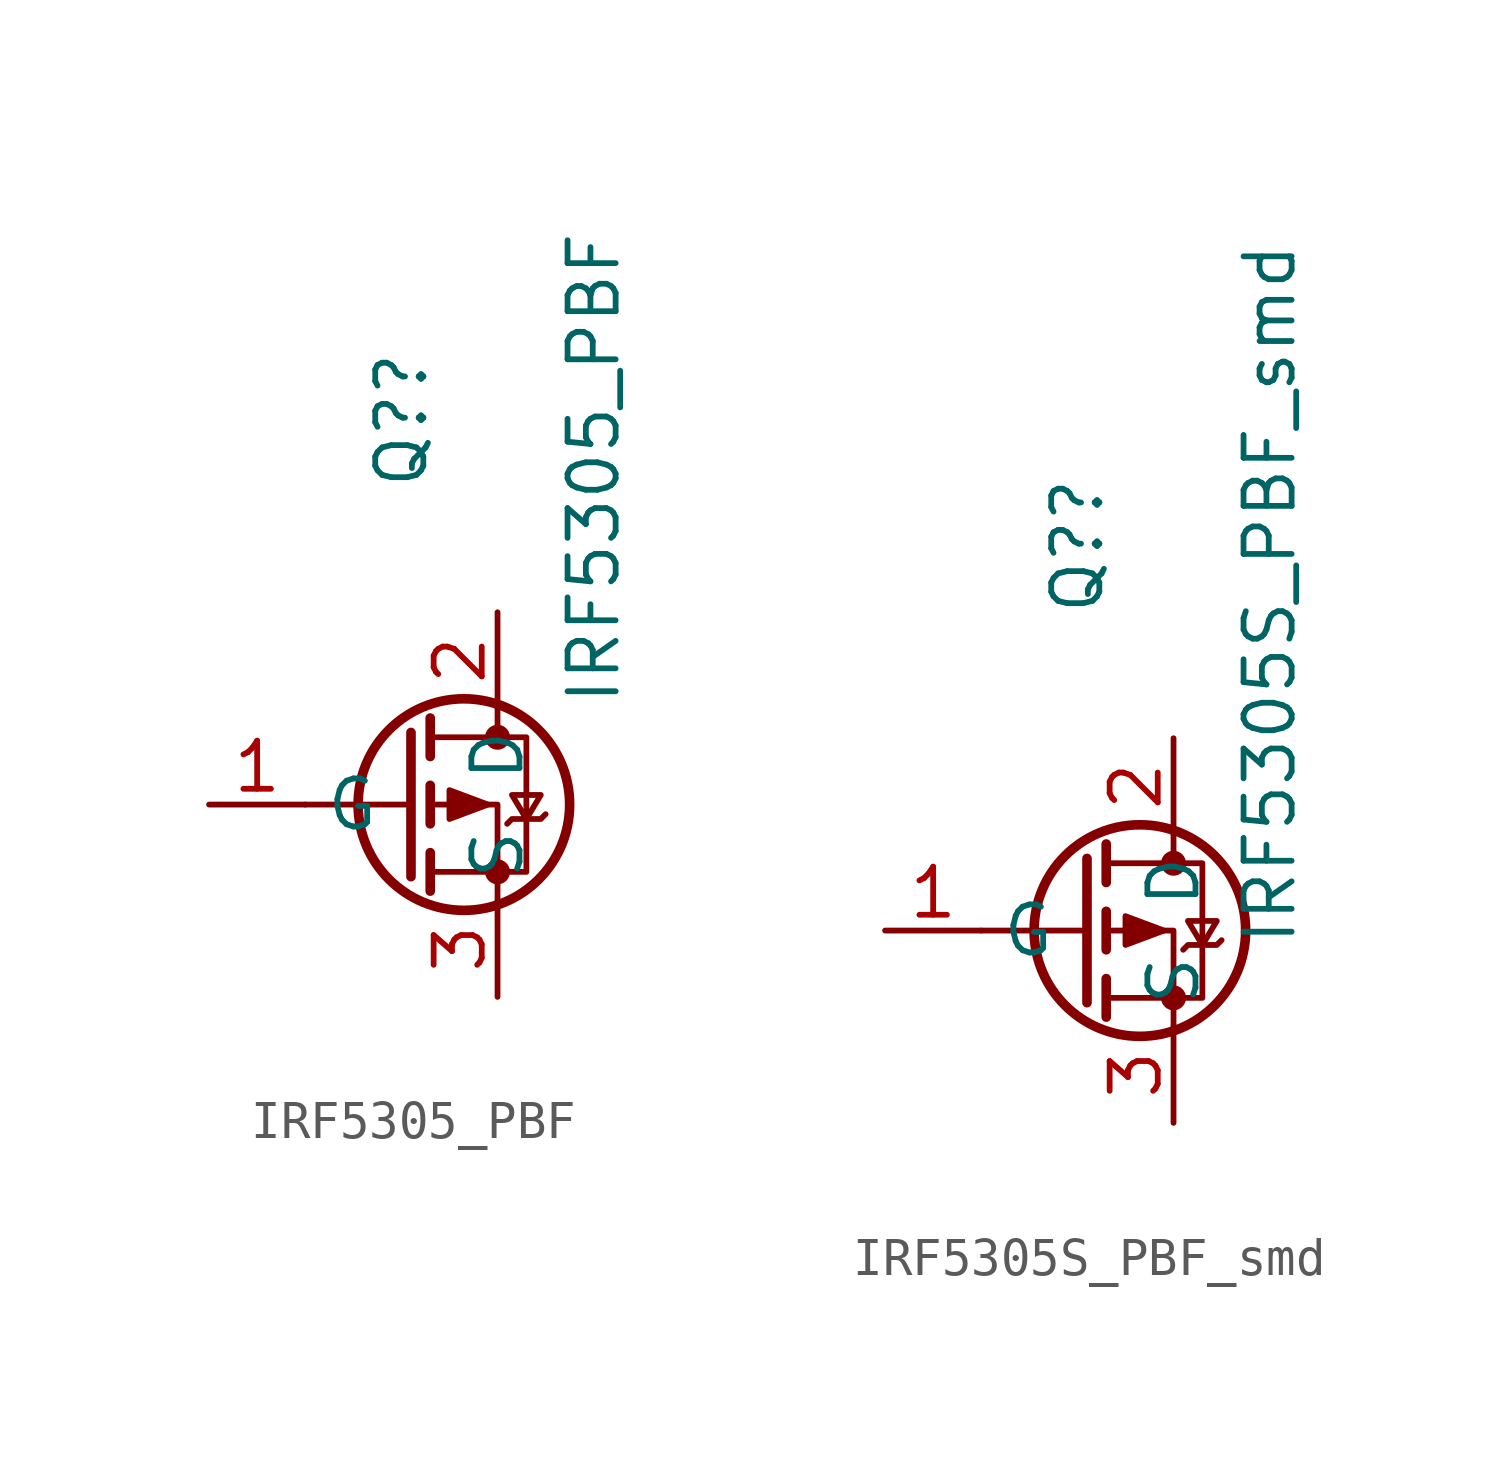
<source format=kicad_sym>
(kicad_symbol_lib
  (version 20220914)
  (generator kicad_symbol_editor)
  (symbol "IRF5305_PBF"
    (property "Reference" "Q?"
      (at 0 10.16 90)
      (effects (font (size 1.27 1.27))))
    (property "Value" "IRF5305_PBF"
      (at 5.08 8.89 90)
      (effects (font (size 1.27 1.27))))
    (symbol "IRF5305_PBF_0_1"
      (polyline (pts (xy 0.254 0) (xy -2.54 0)) (stroke (width 0) (type default)) (fill (type none)))
      (polyline (pts (xy 0.254 1.905) (xy 0.254 -1.905)) (stroke (width 0.254) (type default)) (fill (type none)))
      (polyline (pts (xy 0.762 -1.27) (xy 0.762 -2.286)) (stroke (width 0.254) (type default)) (fill (type none)))
      (polyline (pts (xy 0.762 0.508) (xy 0.762 -0.508)) (stroke (width 0.254) (type default)) (fill (type none)))
      (polyline (pts (xy 0.762 2.286) (xy 0.762 1.27)) (stroke (width 0.254) (type default)) (fill (type none)))
      (polyline (pts (xy 2.54 2.54) (xy 2.54 1.778)) (stroke (width 0) (type default)) (fill (type none)))
      (polyline (pts (xy 2.54 -2.54) (xy 2.54 0) (xy 0.762 0)) (stroke (width 0) (type default)) (fill (type none)))
      (polyline (pts (xy 0.762 1.778) (xy 3.302 1.778) (xy 3.302 -1.778) (xy 0.762 -1.778)) (stroke (width 0) (type default)) (fill (type none)))
      (polyline (pts (xy 2.286 0) (xy 1.27 0.381) (xy 1.27 -0.381) (xy 2.286 0)) (stroke (width 0) (type default)) (fill (type outline)))
      (polyline (pts (xy 2.794 -0.508) (xy 2.921 -0.381) (xy 3.683 -0.381) (xy 3.81 -0.254)) (stroke (width 0) (type default)) (fill (type none)))
      (polyline (pts (xy 3.302 -0.381) (xy 2.921 0.254) (xy 3.683 0.254) (xy 3.302 -0.381)) (stroke (width 0) (type default)) (fill (type none)))
      (circle (center 1.651 0) (radius 2.794) (stroke (width 0.254) (type default)) (fill (type none)))
      (circle (center 2.54 -1.778) (radius 0.254) (stroke (width 0) (type default)) (fill (type outline)))
      (circle (center 2.54 1.778) (radius 0.254) (stroke (width 0) (type default)) (fill (type outline))))
    (symbol "IRF5305_PBF_1_1"
      (pin input line (at -5.08 0 0) (length 2.54) (name "G" (effects (font (size 1.27 1.27)))) (number "1" (effects (font (size 1.27 1.27)))))
      (pin passive line (at 2.54 5.08 270) (length 2.54) (name "D" (effects (font (size 1.27 1.27)))) (number "2" (effects (font (size 1.27 1.27)))))
      (pin passive line (at 2.54 -5.08 90) (length 2.54) (name "S" (effects (font (size 1.27 1.27)))) (number "3" (effects (font (size 1.27 1.27)))))))
  (symbol "IRF5305S_PBF_smd"
    (property "Reference" "Q?"
      (at 0 10.16 90)
      (effects (font (size 1.27 1.27))))
    (property "Value" "IRF5305S_PBF_smd"
      (at 5.08 8.89 90)
      (effects (font (size 1.27 1.27))))
    (symbol "IRF5305S_PBF_smd_0_1"
      (polyline (pts (xy 0.254 0) (xy -2.54 0)) (stroke (width 0) (type default)) (fill (type none)))
      (polyline (pts (xy 0.254 1.905) (xy 0.254 -1.905)) (stroke (width 0.254) (type default)) (fill (type none)))
      (polyline (pts (xy 0.762 -1.27) (xy 0.762 -2.286)) (stroke (width 0.254) (type default)) (fill (type none)))
      (polyline (pts (xy 0.762 0.508) (xy 0.762 -0.508)) (stroke (width 0.254) (type default)) (fill (type none)))
      (polyline (pts (xy 0.762 2.286) (xy 0.762 1.27)) (stroke (width 0.254) (type default)) (fill (type none)))
      (polyline (pts (xy 2.54 2.54) (xy 2.54 1.778)) (stroke (width 0) (type default)) (fill (type none)))
      (polyline (pts (xy 2.54 -2.54) (xy 2.54 0) (xy 0.762 0)) (stroke (width 0) (type default)) (fill (type none)))
      (polyline (pts (xy 0.762 1.778) (xy 3.302 1.778) (xy 3.302 -1.778) (xy 0.762 -1.778)) (stroke (width 0) (type default)) (fill (type none)))
      (polyline (pts (xy 2.286 0) (xy 1.27 0.381) (xy 1.27 -0.381) (xy 2.286 0)) (stroke (width 0) (type default)) (fill (type outline)))
      (polyline (pts (xy 2.794 -0.508) (xy 2.921 -0.381) (xy 3.683 -0.381) (xy 3.81 -0.254)) (stroke (width 0) (type default)) (fill (type none)))
      (polyline (pts (xy 3.302 -0.381) (xy 2.921 0.254) (xy 3.683 0.254) (xy 3.302 -0.381)) (stroke (width 0) (type default)) (fill (type none)))
      (circle (center 1.651 0) (radius 2.794) (stroke (width 0.254) (type default)) (fill (type none)))
      (circle (center 2.54 -1.778) (radius 0.254) (stroke (width 0) (type default)) (fill (type outline)))
      (circle (center 2.54 1.778) (radius 0.254) (stroke (width 0) (type default)) (fill (type outline))))
    (symbol "IRF5305S_PBF_smd_1_1"
      (pin input line (at -5.08 0 0) (length 2.54) (name "G" (effects (font (size 1.27 1.27)))) (number "1" (effects (font (size 1.27 1.27)))))
      (pin passive line (at 2.54 5.08 270) (length 2.54) (name "D" (effects (font (size 1.27 1.27)))) (number "2" (effects (font (size 1.27 1.27)))))
      (pin passive line (at 2.54 -5.08 90) (length 2.54) (name "S" (effects (font (size 1.27 1.27)))) (number "3" (effects (font (size 1.27 1.27))))))))
</source>
